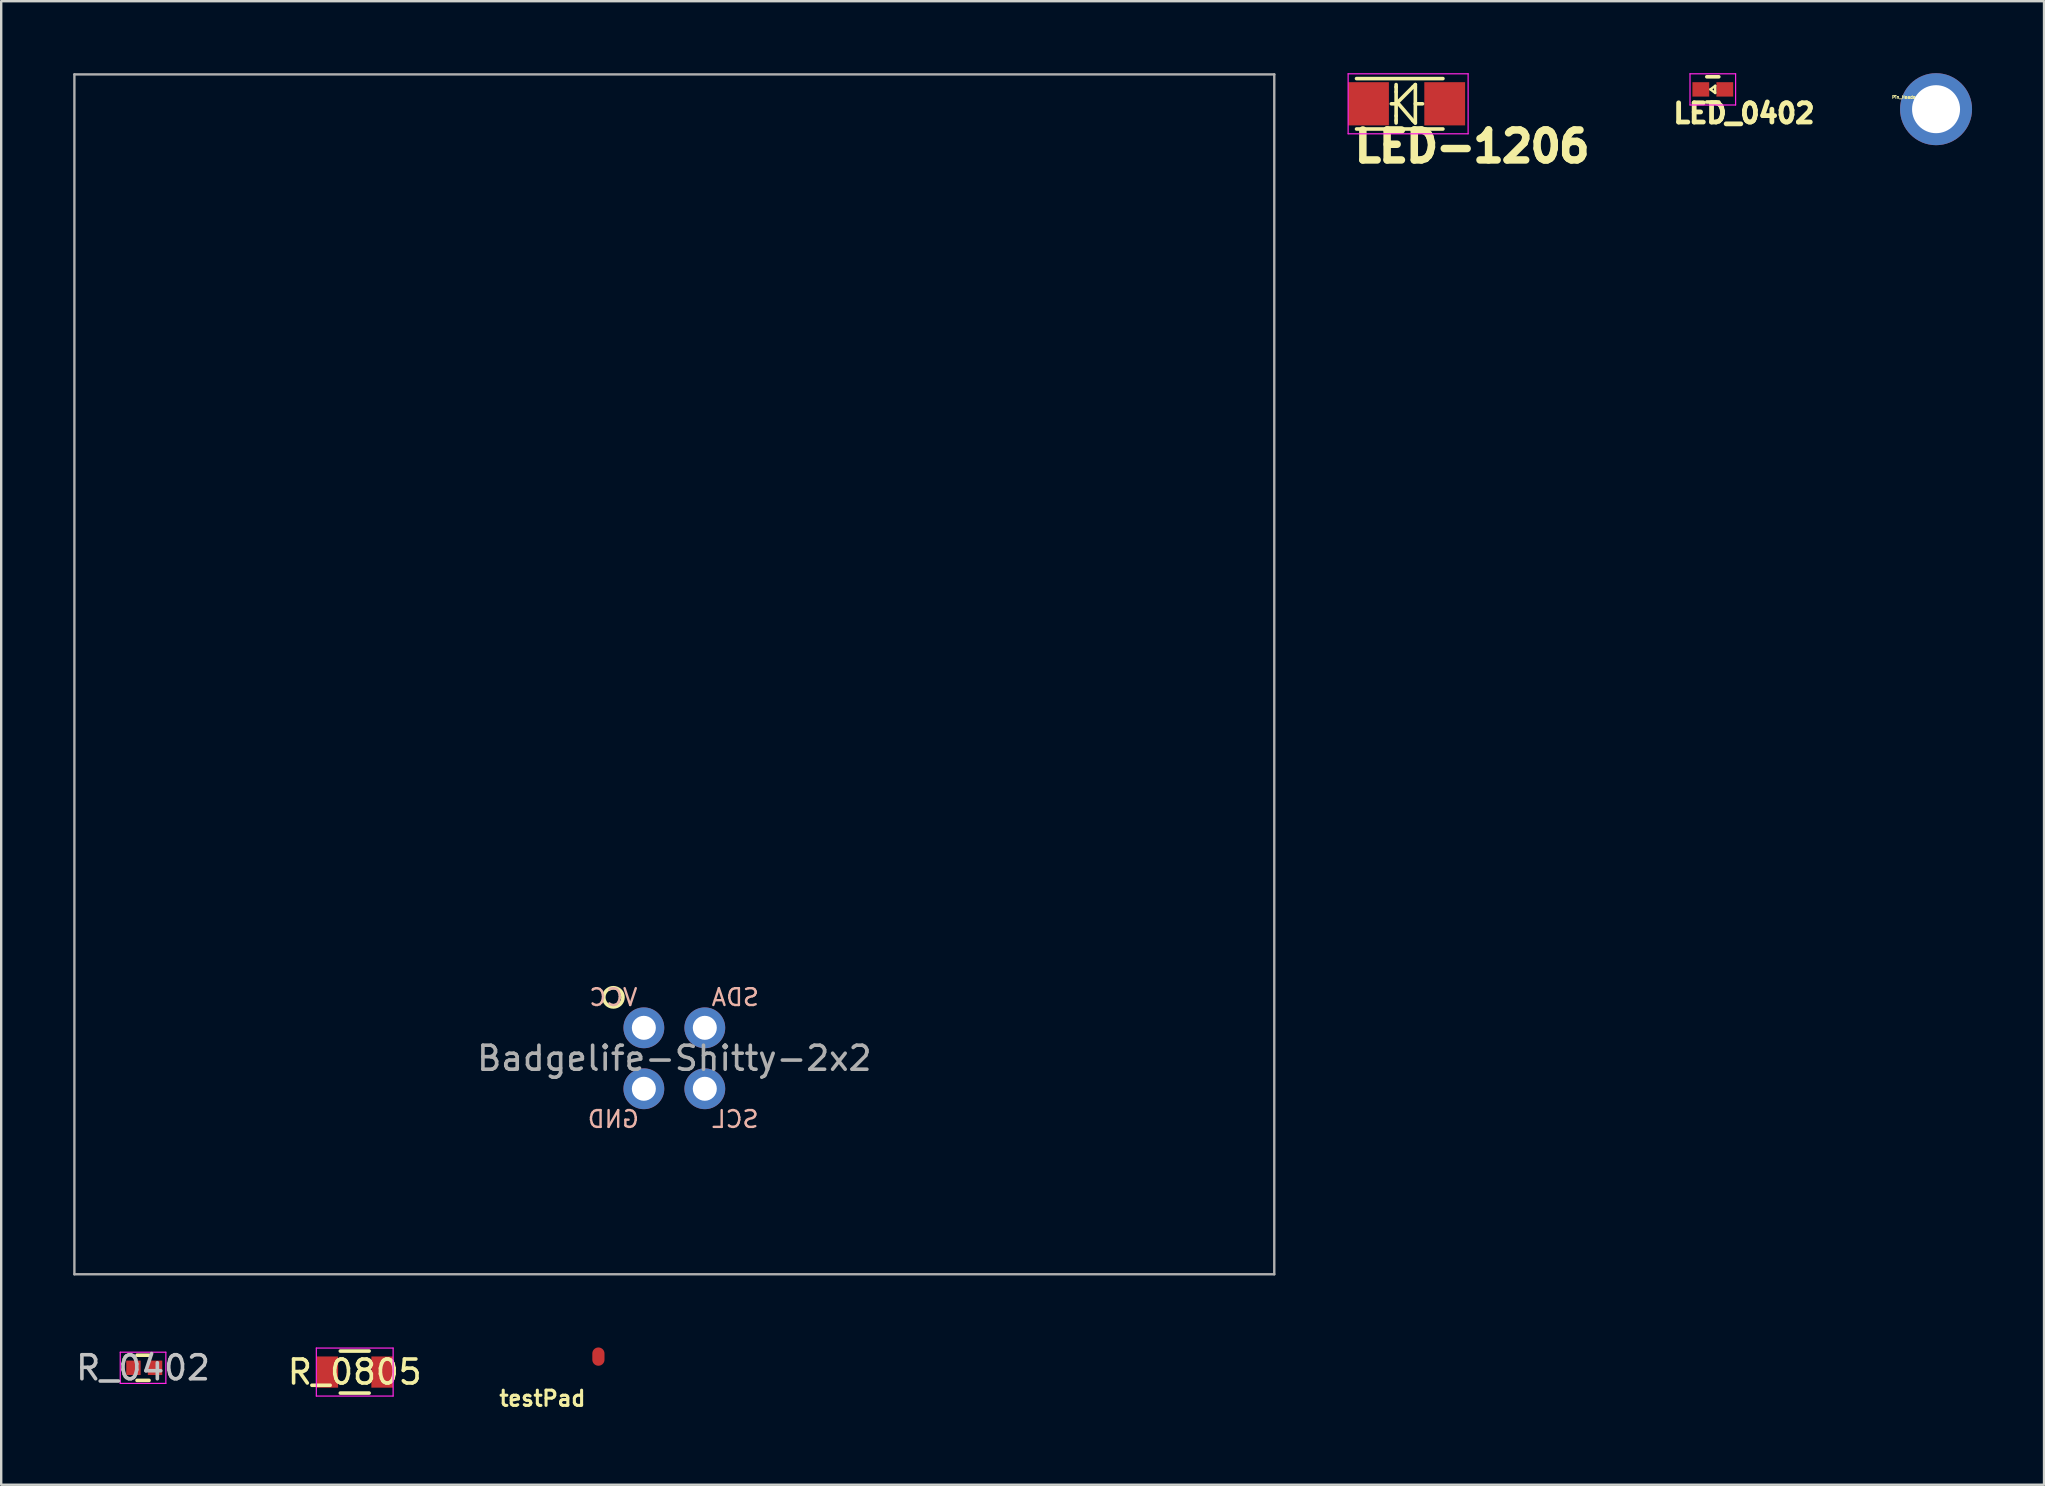
<source format=kicad_pcb>
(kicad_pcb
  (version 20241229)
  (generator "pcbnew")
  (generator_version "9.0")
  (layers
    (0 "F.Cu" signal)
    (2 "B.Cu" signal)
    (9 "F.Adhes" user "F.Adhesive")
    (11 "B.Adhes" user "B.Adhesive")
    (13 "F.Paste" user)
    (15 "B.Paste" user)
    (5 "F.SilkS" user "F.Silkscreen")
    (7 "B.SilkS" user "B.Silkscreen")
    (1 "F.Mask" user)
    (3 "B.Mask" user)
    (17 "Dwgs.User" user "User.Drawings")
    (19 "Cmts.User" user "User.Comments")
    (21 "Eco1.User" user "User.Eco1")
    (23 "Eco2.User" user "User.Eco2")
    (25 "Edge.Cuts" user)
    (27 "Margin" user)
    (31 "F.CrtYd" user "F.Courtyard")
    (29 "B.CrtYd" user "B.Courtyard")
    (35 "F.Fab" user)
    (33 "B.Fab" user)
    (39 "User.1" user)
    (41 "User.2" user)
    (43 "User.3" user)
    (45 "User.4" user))
  (footprint "LED-1206"
    (layer "F.Cu")
    (at 55.628 1.275)
    (property "Reference" "LED-1206" (at 2.667 1.778 0) (layer "F.SilkS") (effects (font (size 1.25 1.25) (thickness 0.312))))
    (attr smd)
    (fp_line (start -2.15 -1.05) (end 1.45 -1.05) (stroke (width 0.15) (type solid)) (layer "F.SilkS"))
    (fp_line (start -2.15 1.05) (end 1.45 1.05) (stroke (width 0.15) (type solid)) (layer "F.SilkS"))
    (fp_line (start -0.7 0) (end -0.5 0) (stroke (width 0.15) (type solid)) (layer "F.SilkS"))
    (fp_line (start -0.5 -0.7) (end -0.5 -0.8) (stroke (width 0.15) (type solid)) (layer "F.SilkS"))
    (fp_line (start -0.5 -0.5) (end -0.5 -0.7) (stroke (width 0.15) (type solid)) (layer "F.SilkS"))
    (fp_line (start -0.5 -0.5) (end -0.5 0.5) (stroke (width 0.15) (type solid)) (layer "F.SilkS"))
    (fp_line (start -0.5 0.5) (end -0.5 0.7) (stroke (width 0.15) (type solid)) (layer "F.SilkS"))
    (fp_line (start -0.5 0.7) (end -0.5 0.8) (stroke (width 0.15) (type solid)) (layer "F.SilkS"))
    (fp_line (start -0.4 0) (end 0.2 0.7) (stroke (width 0.15) (type solid)) (layer "F.SilkS"))
    (fp_line (start 0.2 -0.7) (end -0.4 -0.1) (stroke (width 0.15) (type solid)) (layer "F.SilkS"))
    (fp_line (start 0.2 -0.7) (end 0.3 -0.8) (stroke (width 0.15) (type solid)) (layer "F.SilkS"))
    (fp_line (start 0.2 0.7) (end 0.3 0.8) (stroke (width 0.15) (type solid)) (layer "F.SilkS"))
    (fp_line (start 0.3 -0.7) (end 0.3 -0.8) (stroke (width 0.15) (type solid)) (layer "F.SilkS"))
    (fp_line (start 0.3 0) (end 0.6 0) (stroke (width 0.15) (type solid)) (layer "F.SilkS"))
    (fp_line (start 0.3 0.8) (end 0.3 -0.7) (stroke (width 0.15) (type solid)) (layer "F.SilkS"))
    (fp_line (start -2.5 -1.25) (end -2.5 1.25) (stroke (width 0.05) (type solid)) (layer "F.CrtYd"))
    (fp_line (start -2.5 1.25) (end 2.5 1.25) (stroke (width 0.05) (type solid)) (layer "F.CrtYd"))
    (fp_line (start 2.5 -1.25) (end -2.5 -1.25) (stroke (width 0.05) (type solid)) (layer "F.CrtYd"))
    (fp_line (start 2.5 1.25) (end 2.5 -1.25) (stroke (width 0.05) (type solid)) (layer "F.CrtYd"))
    (pad "1" smd rect (at -1.651 0 180) (size 1.7 1.801) (layers "F.Cu" "F.Mask" "F.Paste"))
    (pad "2" smd rect (at 1.524 0 180) (size 1.7 1.801) (layers "F.Cu" "F.Mask" "F.Paste")))
  (footprint "LED_0402"
    (layer "F.Cu")
    (at 68.324 0.675)
    (property "Reference" "LED_0402" (at 1.3 1 0) (layer "F.SilkS") (effects (font (size 0.8 0.8) (thickness 0.2))))
    (attr smd)
    (fp_line (start -0.25 0.525) (end 0.25 0.525) (stroke (width 0.15) (type solid)) (layer "F.SilkS"))
    (fp_line (start -0.1 0) (end 0.1 -0.15) (stroke (width 0.1) (type solid)) (layer "F.SilkS"))
    (fp_line (start -0.1 0) (end 0.1 0.15) (stroke (width 0.1) (type solid)) (layer "F.SilkS"))
    (fp_line (start 0.1 0.15) (end 0.1 -0.15) (stroke (width 0.1) (type solid)) (layer "F.SilkS"))
    (fp_line (start 0.25 -0.525) (end -0.25 -0.525) (stroke (width 0.15) (type solid)) (layer "F.SilkS"))
    (fp_line (start -0.95 -0.65) (end -0.95 0.65) (stroke (width 0.05) (type solid)) (layer "F.CrtYd"))
    (fp_line (start -0.95 -0.65) (end 0.95 -0.65) (stroke (width 0.05) (type solid)) (layer "F.CrtYd"))
    (fp_line (start -0.95 0.65) (end 0.95 0.65) (stroke (width 0.05) (type solid)) (layer "F.CrtYd"))
    (fp_line (start 0.95 -0.65) (end 0.95 0.65) (stroke (width 0.05) (type solid)) (layer "F.CrtYd"))
    (pad "1" smd rect (at -0.5 0) (size 0.7 0.6) (layers "F.Cu" "F.Mask" "F.Paste"))
    (pad "2" smd rect (at 0.5 0) (size 0.7 0.6) (layers "F.Cu" "F.Mask" "F.Paste")))
  (footprint "Badgelife-Shitty-2x2"
    (layer "F.Cu")
    (at 25.05 41.05)
    (property "Reference" "Badgelife-Shitty-2x2" (at 0 0 0) (layer "F.Fab") (effects (font (size 1 1) (thickness 0.15))))
    (attr through_hole)
    (fp_circle (center -2.54 -2.54) (end -2.14 -2.54) (stroke (width 0.15) (type solid)) (fill no) (layer "F.SilkS"))
    (fp_line (start -25 -41) (end -25 9) (stroke (width 0.1) (type solid)) (layer "F.Fab"))
    (fp_line (start -25 -41) (end 25 -41) (stroke (width 0.1) (type solid)) (layer "F.Fab"))
    (fp_line (start -25 9) (end 25 9) (stroke (width 0.1) (type solid)) (layer "F.Fab"))
    (fp_line (start 25 -41) (end 25 9) (stroke (width 0.1) (type solid)) (layer "F.Fab"))
    (fp_text user "GND" (at -2.54 2.54 0) (layer "B.SilkS") (effects (font (size 0.7 0.7) (thickness 0.1)) (justify mirror)))
    (fp_text user "VCC" (at -2.54 -2.54 0) (layer "B.SilkS") (effects (font (size 0.7 0.7) (thickness 0.1)) (justify mirror)))
    (fp_text user "SCL" (at 2.54 2.54 0) (layer "B.SilkS") (effects (font (size 0.7 0.7) (thickness 0.1)) (justify mirror)))
    (fp_text user "SDA" (at 2.54 -2.54 0) (layer "B.SilkS") (effects (font (size 0.7 0.7) (thickness 0.1)) (justify mirror)))
    (pad "1" thru_hole oval (at -1.27 -1.27) (size 1.7 1.7) (drill 1) (layers "*.Cu" "*.Mask"))
    (pad "2" thru_hole oval (at -1.27 1.27) (size 1.7 1.7) (drill 1) (layers "*.Cu" "*.Mask"))
    (pad "3" thru_hole oval (at 1.27 1.27) (size 1.7 1.7) (drill 1) (layers "*.Cu" "*.Mask"))
    (pad "4" thru_hole circle (at 1.27 -1.27) (size 1.7 1.7) (drill 1) (layers "*.Cu" "*.Mask")))
  (footprint "R_0805"
    (layer "F.Cu")
    (at 11.732 54.125)
    (property "Reference" "R_0805" (at 0 0 0) (layer "F.SilkS") (effects (font (size 1 1) (thickness 0.15))))
    (attr smd)
    (fp_line (start -0.6 -0.875) (end 0.6 -0.875) (stroke (width 0.15) (type solid)) (layer "F.SilkS"))
    (fp_line (start 0.6 0.875) (end -0.6 0.875) (stroke (width 0.15) (type solid)) (layer "F.SilkS"))
    (fp_line (start -1.6 -1) (end -1.6 1) (stroke (width 0.05) (type solid)) (layer "F.CrtYd"))
    (fp_line (start -1.6 -1) (end 1.6 -1) (stroke (width 0.05) (type solid)) (layer "F.CrtYd"))
    (fp_line (start -1.6 1) (end 1.6 1) (stroke (width 0.05) (type solid)) (layer "F.CrtYd"))
    (fp_line (start 1.6 -1) (end 1.6 1) (stroke (width 0.05) (type solid)) (layer "F.CrtYd"))
    (pad "1" smd rect (at -1.143 0) (size 0.9 1.3) (layers "F.Cu" "F.Mask" "F.Paste"))
    (pad "2" smd rect (at 1.143 0) (size 0.9 1.3) (layers "F.Cu" "F.Mask" "F.Paste")))
  (footprint "Pin_Header_Straight_1x01"
    (layer "F.Cu")
    (at 77.627 1.5)
    (property "Reference" "Pin_Header_Straight_1x01" (at -0.6 -0.5 0) (layer "F.SilkS") (effects (font (size 0.127 0.127) (thickness 0.032))))
    (attr through_hole)
    (pad "1" thru_hole circle (at 0 0) (size 3 3) (drill 2) (layers "*.Cu" "*.Mask")))
  (footprint "testPad"
    (layer "F.Cu")
    (at 21.886 53.481)
    (property "Reference" "testPad" (at -2.333 1.745 0) (layer "F.SilkS") (effects (font (size 0.635 0.635) (thickness 0.127))))
    (attr through_hole)
    (pad "1" smd oval (at 0 0) (size 0.508 0.762) (layers "F.Cu" "F.Mask" "F.Paste")))
  (footprint "R_0402"
    (layer "F.Cu")
    (at 2.911 53.948)
    (property "Reference" "R_0402" (at 0 0 0) (layer "Dwgs.User") (effects (font (size 1 1) (thickness 0.15))))
    (attr smd)
    (fp_line (start -0.25 0.525) (end 0.25 0.525) (stroke (width 0.15) (type solid)) (layer "F.SilkS"))
    (fp_line (start 0.25 -0.525) (end -0.25 -0.525) (stroke (width 0.15) (type solid)) (layer "F.SilkS"))
    (fp_line (start -0.95 -0.65) (end -0.95 0.65) (stroke (width 0.05) (type solid)) (layer "F.CrtYd"))
    (fp_line (start -0.95 -0.65) (end 0.95 -0.65) (stroke (width 0.05) (type solid)) (layer "F.CrtYd"))
    (fp_line (start -0.95 0.65) (end 0.95 0.65) (stroke (width 0.05) (type solid)) (layer "F.CrtYd"))
    (fp_line (start 0.95 -0.65) (end 0.95 0.65) (stroke (width 0.05) (type solid)) (layer "F.CrtYd"))
    (pad "1" smd rect (at -0.4 0) (size 0.6 0.6) (layers "F.Cu" "F.Mask" "F.Paste"))
    (pad "2" smd rect (at 0.5 0) (size 0.6 0.6) (layers "F.Cu" "F.Mask" "F.Paste")))
  (gr_rect
    (start -3 -3)
    (end 82.127 58.82)
    (stroke (width 0.1) (type default))
    (fill no)
    (layer "Edge.Cuts")))
</source>
